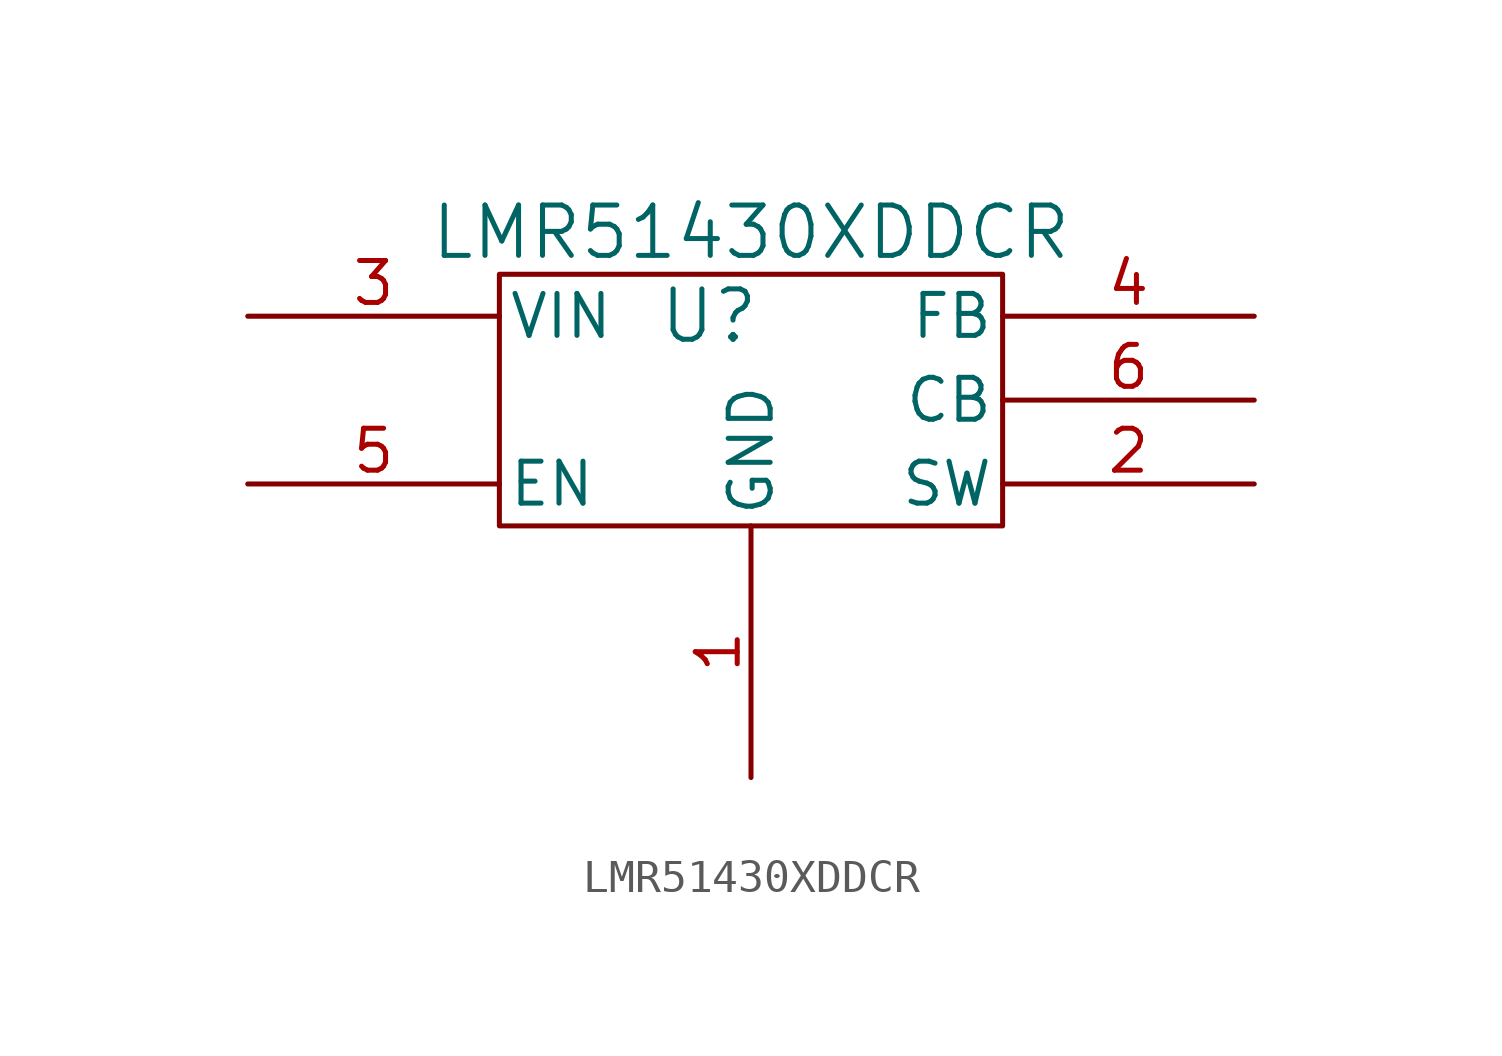
<source format=kicad_sym>
(kicad_symbol_lib
  (version 20220914)
  (generator kicad_symbol_editor)
  (symbol "LMR51430XDDCR"
    (pin_names
      (offset 0.254))
    (property "Reference" "U"
      (at 17.78 2.54 0)
      (effects (font (size 1.524 1.524))))
    (property "Value" "LMR51430XDDCR"
      (at 19.05 5.08 0)
      (effects (font (size 1.524 1.524))))
    (property "ki_locked" ""
      (at 0 0 0)
      (effects (font (size 1.27 1.27))))
    (symbol "LMR51430XDDCR_0_1"
      (pin power_out line (at 19.05 -11.43 90) (length 7.62) (name "GND" (effects (font (size 1.27 1.27)))) (number "1" (effects (font (size 1.27 1.27)))))
      (pin power_in line (at 3.81 2.54 0) (length 7.62) (name "VIN" (effects (font (size 1.27 1.27)))) (number "3" (effects (font (size 1.27 1.27)))))
      (pin unspecified line (at 34.29 2.54 180) (length 7.62) (name "FB" (effects (font (size 1.27 1.27)))) (number "4" (effects (font (size 1.27 1.27)))))
      (pin unspecified line (at 3.81 -2.54 0) (length 7.62) (name "EN" (effects (font (size 1.27 1.27)))) (number "5" (effects (font (size 1.27 1.27)))))
      (pin power_in line (at 34.29 0 180) (length 7.62) (name "CB" (effects (font (size 1.27 1.27)))) (number "6" (effects (font (size 1.27 1.27))))))
    (symbol "LMR51430XDDCR_1_1"
      (rectangle (start 11.43 3.81) (end 26.67 -3.81) (stroke (width 0) (type default)) (fill (type none)))
      (pin power_out line (at 34.29 -2.54 180) (length 7.62) (name "SW" (effects (font (size 1.27 1.27)))) (number "2" (effects (font (size 1.27 1.27))))))))
</source>
